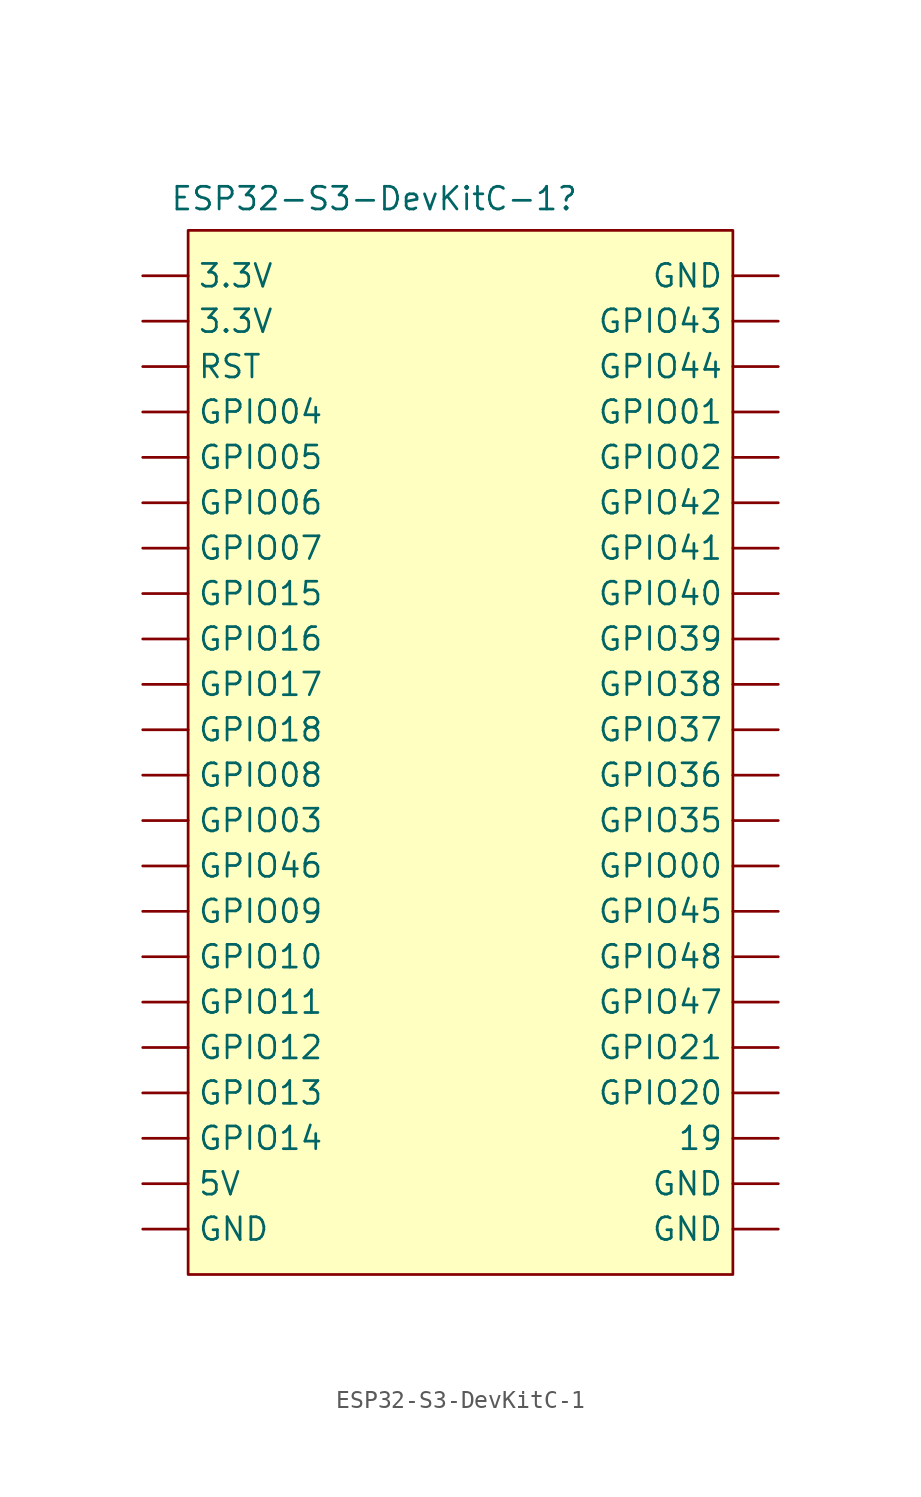
<source format=kicad_sym>
(kicad_symbol_lib
  (version 20231120)
  (generator "kicad_symbol_editor")
  (generator_version "8.0")
  (symbol "ESP32-S3-DevKitC-1"
    (property "Reference" "ESP32-S3-DevKitC-1"
      (at -4.826 30.988 0)
      (effects (font (size 1.27 1.27))))
    (property "Value" ""
      (at 0 0 0)
      (effects (font (size 1.27 1.27))))
    (symbol "ESP32-S3-DevKitC-1_1_1"
      (rectangle (start -15.24 29.21) (end 15.24 -29.21) (stroke (width 0) (type default)) (fill (type background)))
      (pin bidirectional line (at 17.78 -21.59 180) (length 2.54) (name "19" (effects (font (size 1.27 1.27)))) (number "" (effects (font (size 1.27 1.27)))))
      (pin bidirectional line (at -17.78 24.13 0) (length 2.54) (name "3.3V" (effects (font (size 1.27 1.27)))) (number "" (effects (font (size 1.27 1.27)))))
      (pin bidirectional line (at -17.78 26.67 0) (length 2.54) (name "3.3V" (effects (font (size 1.27 1.27)))) (number "" (effects (font (size 1.27 1.27)))))
      (pin bidirectional line (at -17.78 -24.13 0) (length 2.54) (name "5V" (effects (font (size 1.27 1.27)))) (number "" (effects (font (size 1.27 1.27)))))
      (pin bidirectional line (at -17.78 -26.67 0) (length 2.54) (name "GND" (effects (font (size 1.27 1.27)))) (number "" (effects (font (size 1.27 1.27)))))
      (pin bidirectional line (at 17.78 -26.67 180) (length 2.54) (name "GND" (effects (font (size 1.27 1.27)))) (number "" (effects (font (size 1.27 1.27)))))
      (pin bidirectional line (at 17.78 -24.13 180) (length 2.54) (name "GND" (effects (font (size 1.27 1.27)))) (number "" (effects (font (size 1.27 1.27)))))
      (pin bidirectional line (at 17.78 26.67 180) (length 2.54) (name "GND" (effects (font (size 1.27 1.27)))) (number "" (effects (font (size 1.27 1.27)))))
      (pin bidirectional line (at 17.78 -6.35 180) (length 2.54) (name "GPIO00" (effects (font (size 1.27 1.27)))) (number "" (effects (font (size 1.27 1.27)))))
      (pin bidirectional line (at 17.78 19.05 180) (length 2.54) (name "GPIO01" (effects (font (size 1.27 1.27)))) (number "" (effects (font (size 1.27 1.27)))))
      (pin bidirectional line (at 17.78 16.51 180) (length 2.54) (name "GPIO02" (effects (font (size 1.27 1.27)))) (number "" (effects (font (size 1.27 1.27)))))
      (pin bidirectional line (at -17.78 -3.81 0) (length 2.54) (name "GPIO03" (effects (font (size 1.27 1.27)))) (number "" (effects (font (size 1.27 1.27)))))
      (pin bidirectional line (at -17.78 19.05 0) (length 2.54) (name "GPIO04" (effects (font (size 1.27 1.27)))) (number "" (effects (font (size 1.27 1.27)))))
      (pin bidirectional line (at -17.78 16.51 0) (length 2.54) (name "GPIO05" (effects (font (size 1.27 1.27)))) (number "" (effects (font (size 1.27 1.27)))))
      (pin bidirectional line (at -17.78 13.97 0) (length 2.54) (name "GPIO06" (effects (font (size 1.27 1.27)))) (number "" (effects (font (size 1.27 1.27)))))
      (pin bidirectional line (at -17.78 11.43 0) (length 2.54) (name "GPIO07" (effects (font (size 1.27 1.27)))) (number "" (effects (font (size 1.27 1.27)))))
      (pin bidirectional line (at -17.78 -1.27 0) (length 2.54) (name "GPIO08" (effects (font (size 1.27 1.27)))) (number "" (effects (font (size 1.27 1.27)))))
      (pin bidirectional line (at -17.78 -8.89 0) (length 2.54) (name "GPIO09" (effects (font (size 1.27 1.27)))) (number "" (effects (font (size 1.27 1.27)))))
      (pin bidirectional line (at -17.78 -11.43 0) (length 2.54) (name "GPIO10" (effects (font (size 1.27 1.27)))) (number "" (effects (font (size 1.27 1.27)))))
      (pin bidirectional line (at -17.78 -13.97 0) (length 2.54) (name "GPIO11" (effects (font (size 1.27 1.27)))) (number "" (effects (font (size 1.27 1.27)))))
      (pin bidirectional line (at -17.78 -16.51 0) (length 2.54) (name "GPIO12" (effects (font (size 1.27 1.27)))) (number "" (effects (font (size 1.27 1.27)))))
      (pin bidirectional line (at -17.78 -19.05 0) (length 2.54) (name "GPIO13" (effects (font (size 1.27 1.27)))) (number "" (effects (font (size 1.27 1.27)))))
      (pin bidirectional line (at -17.78 -21.59 0) (length 2.54) (name "GPIO14" (effects (font (size 1.27 1.27)))) (number "" (effects (font (size 1.27 1.27)))))
      (pin bidirectional line (at -17.78 8.89 0) (length 2.54) (name "GPIO15" (effects (font (size 1.27 1.27)))) (number "" (effects (font (size 1.27 1.27)))))
      (pin bidirectional line (at -17.78 6.35 0) (length 2.54) (name "GPIO16" (effects (font (size 1.27 1.27)))) (number "" (effects (font (size 1.27 1.27)))))
      (pin bidirectional line (at -17.78 3.81 0) (length 2.54) (name "GPIO17" (effects (font (size 1.27 1.27)))) (number "" (effects (font (size 1.27 1.27)))))
      (pin bidirectional line (at -17.78 1.27 0) (length 2.54) (name "GPIO18" (effects (font (size 1.27 1.27)))) (number "" (effects (font (size 1.27 1.27)))))
      (pin bidirectional line (at 17.78 -19.05 180) (length 2.54) (name "GPIO20" (effects (font (size 1.27 1.27)))) (number "" (effects (font (size 1.27 1.27)))))
      (pin bidirectional line (at 17.78 -16.51 180) (length 2.54) (name "GPIO21" (effects (font (size 1.27 1.27)))) (number "" (effects (font (size 1.27 1.27)))))
      (pin bidirectional line (at 17.78 -3.81 180) (length 2.54) (name "GPIO35" (effects (font (size 1.27 1.27)))) (number "" (effects (font (size 1.27 1.27)))))
      (pin bidirectional line (at 17.78 -1.27 180) (length 2.54) (name "GPIO36" (effects (font (size 1.27 1.27)))) (number "" (effects (font (size 1.27 1.27)))))
      (pin bidirectional line (at 17.78 1.27 180) (length 2.54) (name "GPIO37" (effects (font (size 1.27 1.27)))) (number "" (effects (font (size 1.27 1.27)))))
      (pin bidirectional line (at 17.78 3.81 180) (length 2.54) (name "GPIO38" (effects (font (size 1.27 1.27)))) (number "" (effects (font (size 1.27 1.27)))))
      (pin bidirectional line (at 17.78 6.35 180) (length 2.54) (name "GPIO39" (effects (font (size 1.27 1.27)))) (number "" (effects (font (size 1.27 1.27)))))
      (pin bidirectional line (at 17.78 8.89 180) (length 2.54) (name "GPIO40" (effects (font (size 1.27 1.27)))) (number "" (effects (font (size 1.27 1.27)))))
      (pin bidirectional line (at 17.78 11.43 180) (length 2.54) (name "GPIO41" (effects (font (size 1.27 1.27)))) (number "" (effects (font (size 1.27 1.27)))))
      (pin bidirectional line (at 17.78 13.97 180) (length 2.54) (name "GPIO42" (effects (font (size 1.27 1.27)))) (number "" (effects (font (size 1.27 1.27)))))
      (pin bidirectional line (at 17.78 24.13 180) (length 2.54) (name "GPIO43" (effects (font (size 1.27 1.27)))) (number "" (effects (font (size 1.27 1.27)))))
      (pin bidirectional line (at 17.78 21.59 180) (length 2.54) (name "GPIO44" (effects (font (size 1.27 1.27)))) (number "" (effects (font (size 1.27 1.27)))))
      (pin bidirectional line (at 17.78 -8.89 180) (length 2.54) (name "GPIO45" (effects (font (size 1.27 1.27)))) (number "" (effects (font (size 1.27 1.27)))))
      (pin bidirectional line (at -17.78 -6.35 0) (length 2.54) (name "GPIO46" (effects (font (size 1.27 1.27)))) (number "" (effects (font (size 1.27 1.27)))))
      (pin bidirectional line (at 17.78 -13.97 180) (length 2.54) (name "GPIO47" (effects (font (size 1.27 1.27)))) (number "" (effects (font (size 1.27 1.27)))))
      (pin bidirectional line (at 17.78 -11.43 180) (length 2.54) (name "GPIO48" (effects (font (size 1.27 1.27)))) (number "" (effects (font (size 1.27 1.27)))))
      (pin bidirectional line (at -17.78 21.59 0) (length 2.54) (name "RST" (effects (font (size 1.27 1.27)))) (number "" (effects (font (size 1.27 1.27))))))))
</source>
